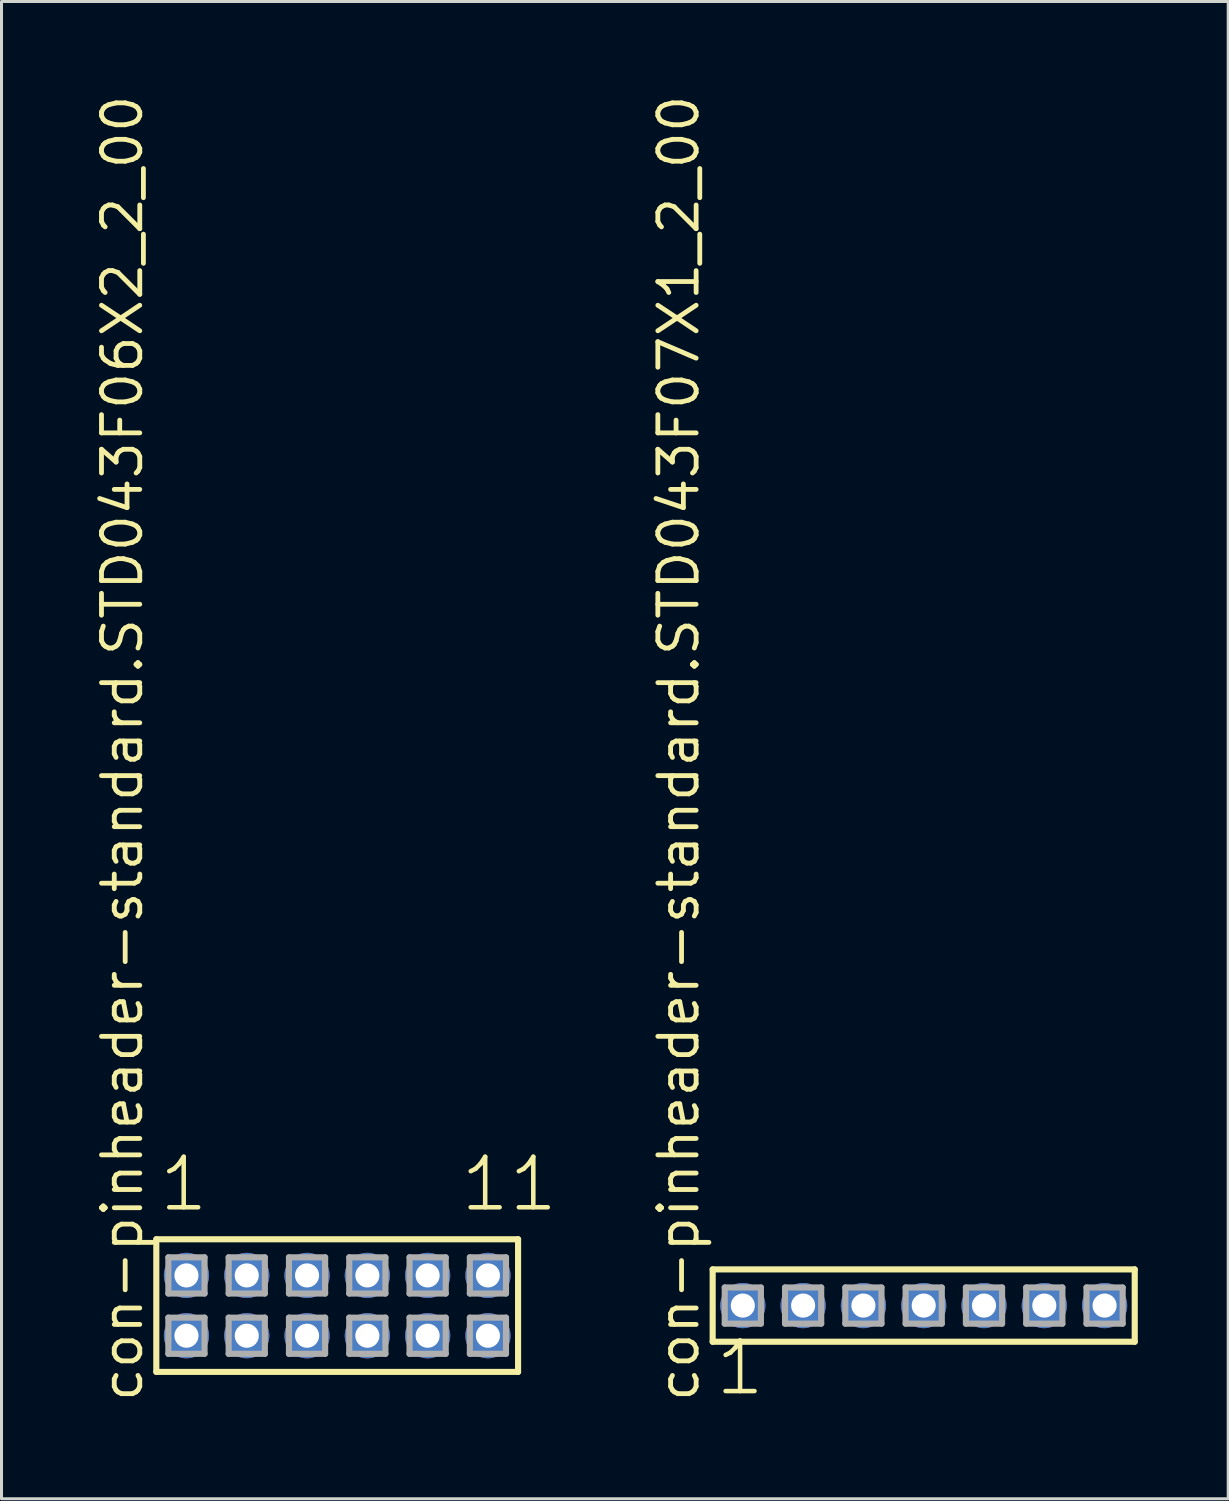
<source format=kicad_pcb>
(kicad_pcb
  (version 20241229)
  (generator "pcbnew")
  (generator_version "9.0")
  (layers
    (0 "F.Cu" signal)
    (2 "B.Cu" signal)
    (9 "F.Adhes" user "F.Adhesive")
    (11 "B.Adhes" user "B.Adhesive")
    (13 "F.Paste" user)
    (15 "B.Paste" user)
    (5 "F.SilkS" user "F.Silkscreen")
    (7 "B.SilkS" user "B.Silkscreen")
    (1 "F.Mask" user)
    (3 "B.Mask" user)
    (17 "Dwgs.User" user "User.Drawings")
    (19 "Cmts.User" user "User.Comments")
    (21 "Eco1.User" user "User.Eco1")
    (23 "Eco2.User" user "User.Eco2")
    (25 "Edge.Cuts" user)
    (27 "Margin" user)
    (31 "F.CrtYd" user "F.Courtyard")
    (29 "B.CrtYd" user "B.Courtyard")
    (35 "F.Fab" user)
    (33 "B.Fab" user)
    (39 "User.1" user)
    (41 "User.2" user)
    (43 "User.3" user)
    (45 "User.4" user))
  (footprint "con-pinheader-standard.STD043F07X1_2_00"
    (layer "F.Cu")
    (at 27.59 40.257)
    (property "Reference" "con-pinheader-standard.STD043F07X1_2_00" (at -7.385 3.27 90) (layer "F.SilkS") (effects (font (size 1.27 1.27) (thickness 0.16)) (justify left bottom)))
    (attr through_hole)
    (fp_line (start -7 -1.2) (end 7 -1.2) (stroke (width 0.203) (type default)) (layer "F.SilkS"))
    (fp_line (start -7 1.2) (end -7 -1.2) (stroke (width 0.203) (type default)) (layer "F.SilkS"))
    (fp_line (start 7 -1.2) (end 7 1.2) (stroke (width 0.203) (type default)) (layer "F.SilkS"))
    (fp_line (start 7 1.2) (end -7 1.2) (stroke (width 0.203) (type default)) (layer "F.SilkS"))
    (fp_line (start -6.6 -0.6) (end -5.4 -0.6) (stroke (width 0.203) (type default)) (layer "F.Fab"))
    (fp_line (start -6.6 0.6) (end -6.6 -0.6) (stroke (width 0.203) (type default)) (layer "F.Fab"))
    (fp_line (start -5.4 -0.6) (end -5.4 0.6) (stroke (width 0.203) (type default)) (layer "F.Fab"))
    (fp_line (start -5.4 0.6) (end -6.6 0.6) (stroke (width 0.203) (type default)) (layer "F.Fab"))
    (fp_line (start -4.6 -0.6) (end -3.4 -0.6) (stroke (width 0.203) (type default)) (layer "F.Fab"))
    (fp_line (start -4.6 0.6) (end -4.6 -0.6) (stroke (width 0.203) (type default)) (layer "F.Fab"))
    (fp_line (start -3.4 -0.6) (end -3.4 0.6) (stroke (width 0.203) (type default)) (layer "F.Fab"))
    (fp_line (start -3.4 0.6) (end -4.6 0.6) (stroke (width 0.203) (type default)) (layer "F.Fab"))
    (fp_line (start -2.6 -0.6) (end -1.4 -0.6) (stroke (width 0.203) (type default)) (layer "F.Fab"))
    (fp_line (start -2.6 0.6) (end -2.6 -0.6) (stroke (width 0.203) (type default)) (layer "F.Fab"))
    (fp_line (start -1.4 -0.6) (end -1.4 0.6) (stroke (width 0.203) (type default)) (layer "F.Fab"))
    (fp_line (start -1.4 0.6) (end -2.6 0.6) (stroke (width 0.203) (type default)) (layer "F.Fab"))
    (fp_line (start -0.6 -0.6) (end 0.6 -0.6) (stroke (width 0.203) (type default)) (layer "F.Fab"))
    (fp_line (start -0.6 0.6) (end -0.6 -0.6) (stroke (width 0.203) (type default)) (layer "F.Fab"))
    (fp_line (start 0.6 -0.6) (end 0.6 0.6) (stroke (width 0.203) (type default)) (layer "F.Fab"))
    (fp_line (start 0.6 0.6) (end -0.6 0.6) (stroke (width 0.203) (type default)) (layer "F.Fab"))
    (fp_line (start 1.4 -0.6) (end 2.6 -0.6) (stroke (width 0.203) (type default)) (layer "F.Fab"))
    (fp_line (start 1.4 0.6) (end 1.4 -0.6) (stroke (width 0.203) (type default)) (layer "F.Fab"))
    (fp_line (start 2.6 -0.6) (end 2.6 0.6) (stroke (width 0.203) (type default)) (layer "F.Fab"))
    (fp_line (start 2.6 0.6) (end 1.4 0.6) (stroke (width 0.203) (type default)) (layer "F.Fab"))
    (fp_line (start 3.4 -0.6) (end 4.6 -0.6) (stroke (width 0.203) (type default)) (layer "F.Fab"))
    (fp_line (start 3.4 0.6) (end 3.4 -0.6) (stroke (width 0.203) (type default)) (layer "F.Fab"))
    (fp_line (start 4.6 -0.6) (end 4.6 0.6) (stroke (width 0.203) (type default)) (layer "F.Fab"))
    (fp_line (start 4.6 0.6) (end 3.4 0.6) (stroke (width 0.203) (type default)) (layer "F.Fab"))
    (fp_line (start 5.4 -0.6) (end 6.6 -0.6) (stroke (width 0.203) (type default)) (layer "F.Fab"))
    (fp_line (start 5.4 0.6) (end 5.4 -0.6) (stroke (width 0.203) (type default)) (layer "F.Fab"))
    (fp_line (start 6.6 -0.6) (end 6.6 0.6) (stroke (width 0.203) (type default)) (layer "F.Fab"))
    (fp_line (start 6.6 0.6) (end 5.4 0.6) (stroke (width 0.203) (type default)) (layer "F.Fab"))
    (fp_text user "1" (at -6.988 3.048 0) (layer "F.SilkS") (effects (font (size 1.676 1.676) (thickness 0.15)) (justify left bottom)))
    (pad "1" thru_hole circle (at -6 0) (size 1.5 1.5) (drill 0.8) (layers "*.Cu" "*.Mask"))
    (pad "2" thru_hole circle (at -4 0) (size 1.5 1.5) (drill 0.8) (layers "*.Cu" "*.Mask"))
    (pad "3" thru_hole circle (at -2 0) (size 1.5 1.5) (drill 0.8) (layers "*.Cu" "*.Mask"))
    (pad "4" thru_hole circle (at 0 0) (size 1.5 1.5) (drill 0.8) (layers "*.Cu" "*.Mask"))
    (pad "5" thru_hole circle (at 2 0) (size 1.5 1.5) (drill 0.8) (layers "*.Cu" "*.Mask"))
    (pad "6" thru_hole circle (at 4 0) (size 1.5 1.5) (drill 0.8) (layers "*.Cu" "*.Mask"))
    (pad "7" thru_hole circle (at 6 0) (size 1.5 1.5) (drill 0.8) (layers "*.Cu" "*.Mask")))
  (footprint "con-pinheader-standard.STD043F06X2_2_00"
    (layer "F.Cu")
    (at 8.135 40.257)
    (property "Reference" "con-pinheader-standard.STD043F06X2_2_00" (at -6.385 3.27 90) (layer "F.SilkS") (effects (font (size 1.27 1.27) (thickness 0.16)) (justify left bottom)))
    (attr through_hole)
    (fp_line (start -6 -2.2) (end 6 -2.2) (stroke (width 0.203) (type default)) (layer "F.SilkS"))
    (fp_line (start -6 2.2) (end -6 -2.2) (stroke (width 0.203) (type default)) (layer "F.SilkS"))
    (fp_line (start 6 -2.2) (end 6 2.2) (stroke (width 0.203) (type default)) (layer "F.SilkS"))
    (fp_line (start 6 2.2) (end -6 2.2) (stroke (width 0.203) (type default)) (layer "F.SilkS"))
    (fp_line (start -5.6 -1.6) (end -4.4 -1.6) (stroke (width 0.203) (type default)) (layer "F.Fab"))
    (fp_line (start -5.6 -0.4) (end -5.6 -1.6) (stroke (width 0.203) (type default)) (layer "F.Fab"))
    (fp_line (start -5.6 0.4) (end -4.4 0.4) (stroke (width 0.203) (type default)) (layer "F.Fab"))
    (fp_line (start -5.6 1.6) (end -5.6 0.4) (stroke (width 0.203) (type default)) (layer "F.Fab"))
    (fp_line (start -4.4 -1.6) (end -4.4 -0.4) (stroke (width 0.203) (type default)) (layer "F.Fab"))
    (fp_line (start -4.4 -0.4) (end -5.6 -0.4) (stroke (width 0.203) (type default)) (layer "F.Fab"))
    (fp_line (start -4.4 0.4) (end -4.4 1.6) (stroke (width 0.203) (type default)) (layer "F.Fab"))
    (fp_line (start -4.4 1.6) (end -5.6 1.6) (stroke (width 0.203) (type default)) (layer "F.Fab"))
    (fp_line (start -3.6 -1.6) (end -2.4 -1.6) (stroke (width 0.203) (type default)) (layer "F.Fab"))
    (fp_line (start -3.6 -0.4) (end -3.6 -1.6) (stroke (width 0.203) (type default)) (layer "F.Fab"))
    (fp_line (start -3.6 0.4) (end -2.4 0.4) (stroke (width 0.203) (type default)) (layer "F.Fab"))
    (fp_line (start -3.6 1.6) (end -3.6 0.4) (stroke (width 0.203) (type default)) (layer "F.Fab"))
    (fp_line (start -2.4 -1.6) (end -2.4 -0.4) (stroke (width 0.203) (type default)) (layer "F.Fab"))
    (fp_line (start -2.4 -0.4) (end -3.6 -0.4) (stroke (width 0.203) (type default)) (layer "F.Fab"))
    (fp_line (start -2.4 0.4) (end -2.4 1.6) (stroke (width 0.203) (type default)) (layer "F.Fab"))
    (fp_line (start -2.4 1.6) (end -3.6 1.6) (stroke (width 0.203) (type default)) (layer "F.Fab"))
    (fp_line (start -1.6 -1.6) (end -0.4 -1.6) (stroke (width 0.203) (type default)) (layer "F.Fab"))
    (fp_line (start -1.6 -0.4) (end -1.6 -1.6) (stroke (width 0.203) (type default)) (layer "F.Fab"))
    (fp_line (start -1.6 0.4) (end -0.4 0.4) (stroke (width 0.203) (type default)) (layer "F.Fab"))
    (fp_line (start -1.6 1.6) (end -1.6 0.4) (stroke (width 0.203) (type default)) (layer "F.Fab"))
    (fp_line (start -0.4 -1.6) (end -0.4 -0.4) (stroke (width 0.203) (type default)) (layer "F.Fab"))
    (fp_line (start -0.4 -0.4) (end -1.6 -0.4) (stroke (width 0.203) (type default)) (layer "F.Fab"))
    (fp_line (start -0.4 0.4) (end -0.4 1.6) (stroke (width 0.203) (type default)) (layer "F.Fab"))
    (fp_line (start -0.4 1.6) (end -1.6 1.6) (stroke (width 0.203) (type default)) (layer "F.Fab"))
    (fp_line (start 0.4 -1.6) (end 1.6 -1.6) (stroke (width 0.203) (type default)) (layer "F.Fab"))
    (fp_line (start 0.4 -0.4) (end 0.4 -1.6) (stroke (width 0.203) (type default)) (layer "F.Fab"))
    (fp_line (start 0.4 0.4) (end 1.6 0.4) (stroke (width 0.203) (type default)) (layer "F.Fab"))
    (fp_line (start 0.4 1.6) (end 0.4 0.4) (stroke (width 0.203) (type default)) (layer "F.Fab"))
    (fp_line (start 1.6 -1.6) (end 1.6 -0.4) (stroke (width 0.203) (type default)) (layer "F.Fab"))
    (fp_line (start 1.6 -0.4) (end 0.4 -0.4) (stroke (width 0.203) (type default)) (layer "F.Fab"))
    (fp_line (start 1.6 0.4) (end 1.6 1.6) (stroke (width 0.203) (type default)) (layer "F.Fab"))
    (fp_line (start 1.6 1.6) (end 0.4 1.6) (stroke (width 0.203) (type default)) (layer "F.Fab"))
    (fp_line (start 2.4 -1.6) (end 3.6 -1.6) (stroke (width 0.203) (type default)) (layer "F.Fab"))
    (fp_line (start 2.4 -0.4) (end 2.4 -1.6) (stroke (width 0.203) (type default)) (layer "F.Fab"))
    (fp_line (start 2.4 0.4) (end 3.6 0.4) (stroke (width 0.203) (type default)) (layer "F.Fab"))
    (fp_line (start 2.4 1.6) (end 2.4 0.4) (stroke (width 0.203) (type default)) (layer "F.Fab"))
    (fp_line (start 3.6 -1.6) (end 3.6 -0.4) (stroke (width 0.203) (type default)) (layer "F.Fab"))
    (fp_line (start 3.6 -0.4) (end 2.4 -0.4) (stroke (width 0.203) (type default)) (layer "F.Fab"))
    (fp_line (start 3.6 0.4) (end 3.6 1.6) (stroke (width 0.203) (type default)) (layer "F.Fab"))
    (fp_line (start 3.6 1.6) (end 2.4 1.6) (stroke (width 0.203) (type default)) (layer "F.Fab"))
    (fp_line (start 4.4 -1.6) (end 5.6 -1.6) (stroke (width 0.203) (type default)) (layer "F.Fab"))
    (fp_line (start 4.4 -0.4) (end 4.4 -1.6) (stroke (width 0.203) (type default)) (layer "F.Fab"))
    (fp_line (start 4.4 0.4) (end 5.6 0.4) (stroke (width 0.203) (type default)) (layer "F.Fab"))
    (fp_line (start 4.4 1.6) (end 4.4 0.4) (stroke (width 0.203) (type default)) (layer "F.Fab"))
    (fp_line (start 5.6 -1.6) (end 5.6 -0.4) (stroke (width 0.203) (type default)) (layer "F.Fab"))
    (fp_line (start 5.6 -0.4) (end 4.4 -0.4) (stroke (width 0.203) (type default)) (layer "F.Fab"))
    (fp_line (start 5.6 0.4) (end 5.6 1.6) (stroke (width 0.203) (type default)) (layer "F.Fab"))
    (fp_line (start 5.6 1.6) (end 4.4 1.6) (stroke (width 0.203) (type default)) (layer "F.Fab"))
    (fp_text user "1" (at -5.988 -3.048 0) (layer "F.SilkS") (effects (font (size 1.676 1.676) (thickness 0.15)) (justify left bottom)))
    (fp_text user "11" (at 4.012 -3.048 0) (layer "F.SilkS") (effects (font (size 1.676 1.676) (thickness 0.15)) (justify left bottom)))
    (pad "1" thru_hole circle (at -5 -1) (size 1.5 1.5) (drill 0.8) (layers "*.Cu" "*.Mask"))
    (pad "2" thru_hole circle (at -5 1) (size 1.5 1.5) (drill 0.8) (layers "*.Cu" "*.Mask"))
    (pad "3" thru_hole circle (at -3 -1) (size 1.5 1.5) (drill 0.8) (layers "*.Cu" "*.Mask"))
    (pad "4" thru_hole circle (at -3 1) (size 1.5 1.5) (drill 0.8) (layers "*.Cu" "*.Mask"))
    (pad "5" thru_hole circle (at -1 -1) (size 1.5 1.5) (drill 0.8) (layers "*.Cu" "*.Mask"))
    (pad "6" thru_hole circle (at -1 1) (size 1.5 1.5) (drill 0.8) (layers "*.Cu" "*.Mask"))
    (pad "7" thru_hole circle (at 1 -1) (size 1.5 1.5) (drill 0.8) (layers "*.Cu" "*.Mask"))
    (pad "8" thru_hole circle (at 1 1) (size 1.5 1.5) (drill 0.8) (layers "*.Cu" "*.Mask"))
    (pad "9" thru_hole circle (at 3 -1) (size 1.5 1.5) (drill 0.8) (layers "*.Cu" "*.Mask"))
    (pad "10" thru_hole circle (at 3 1) (size 1.5 1.5) (drill 0.8) (layers "*.Cu" "*.Mask"))
    (pad "11" thru_hole circle (at 5 -1) (size 1.5 1.5) (drill 0.8) (layers "*.Cu" "*.Mask"))
    (pad "12" thru_hole circle (at 5 1) (size 1.5 1.5) (drill 0.8) (layers "*.Cu" "*.Mask")))
  (gr_rect
    (start -3 -3)
    (end 37.691 46.666)
    (stroke (width 0.1) (type default))
    (fill no)
    (layer "Edge.Cuts")))
</source>
